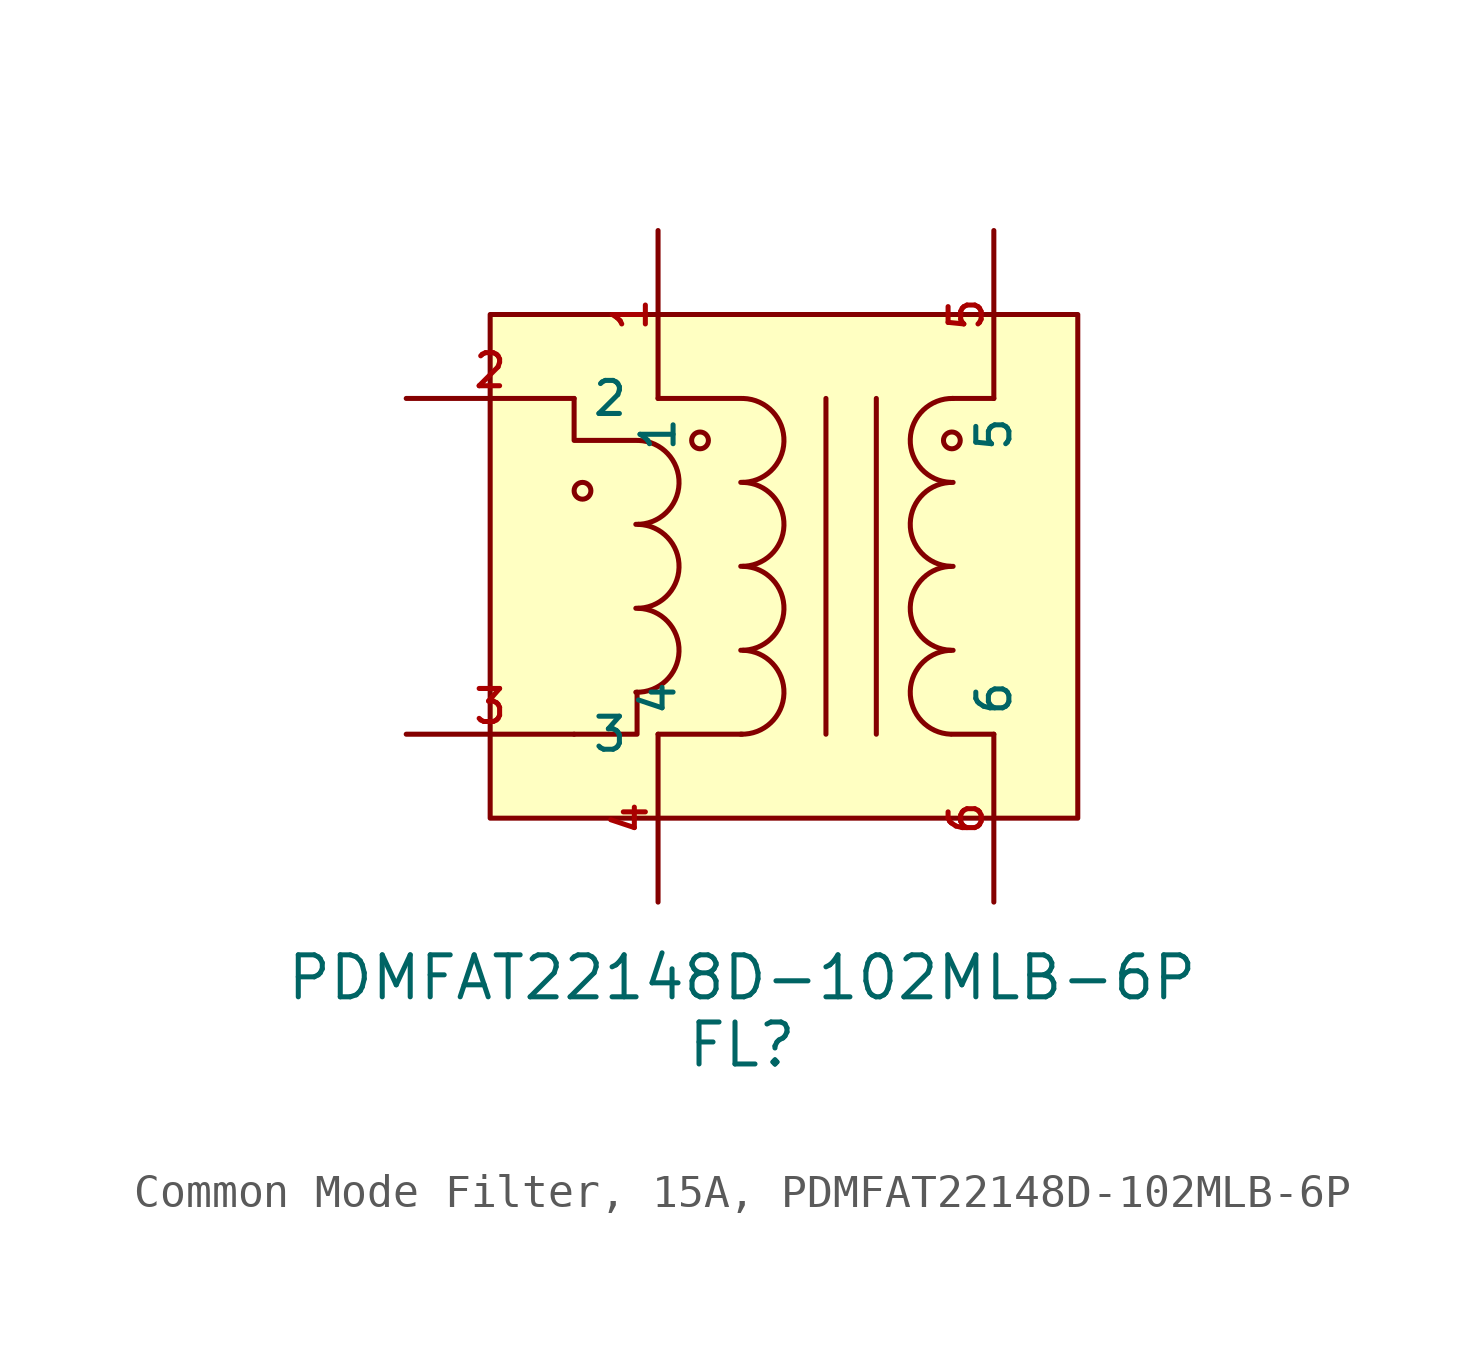
<source format=kicad_sym>
(kicad_symbol_lib
  (version 20231120)
  (generator "CDFER_Archive_Tool")
  (generator_version "0.0")
  (symbol "Common Mode Filter, 15A, PDMFAT22148D-102MLB-6P"
    (property "Reference" "FL"
      (at 0 -14.478 0)
      (effects (font (size 1.27 1.27))))
    (property "Value" "PDMFAT22148D-102MLB-6P"
      (at 0 -12.446 0)
      (effects (font (size 1.27 1.27))))
    (symbol "Common Mode Filter, 15A, PDMFAT22148D-102MLB-6P_0_1"
      (circle (center -4.826 2.286) (radius 0.254) (stroke (width 0) (type default)) (fill (type background)))
      (arc (start -3.2125 -3.8095) (mid -1.9055 -2.5775) (end -3.1375 -1.2706) (stroke (width 0) (type default)) (fill (type none)))
      (arc (start -3.2125 -1.2694) (mid -1.9056 -0.0375) (end -3.1375 1.2695) (stroke (width 0) (type default)) (fill (type none)))
      (arc (start -3.2125 1.2706) (mid -1.9056 2.5025) (end -3.1375 3.8095) (stroke (width 0) (type default)) (fill (type none)))
      (circle (center -1.27 3.81) (radius 0.254) (stroke (width 0) (type default)) (fill (type background)))
      (arc (start -0.0375 -5.0795) (mid 1.2695 -3.8475) (end 0.0375 -2.5406) (stroke (width 0) (type default)) (fill (type none)))
      (arc (start -0.0375 -2.5395) (mid 1.2695 -1.3075) (end 0.0375 -0.0006) (stroke (width 0) (type default)) (fill (type none)))
      (arc (start -0.0375 0.0005) (mid 1.2695 1.2325) (end 0.0375 2.5394) (stroke (width 0) (type default)) (fill (type none)))
      (arc (start -0.0375 2.5405) (mid 1.2695 3.7725) (end 0.0375 5.0794) (stroke (width 0) (type default)) (fill (type none)))
      (polyline (pts (xy -2.54 -5.08) (xy 0 -5.08)) (stroke (width 0) (type default)) (fill (type none)))
      (polyline (pts (xy -2.54 5.08) (xy 0 5.08)) (stroke (width 0) (type default)) (fill (type none)))
      (polyline (pts (xy 2.54 5.08) (xy 2.54 -5.08)) (stroke (width 0) (type default)) (fill (type none)))
      (polyline (pts (xy 4.064 5.08) (xy 4.064 -5.08)) (stroke (width 0) (type default)) (fill (type none)))
      (polyline (pts (xy 7.62 -5.08) (xy 6.35 -5.08)) (stroke (width 0) (type default)) (fill (type none)))
      (polyline (pts (xy 7.62 5.08) (xy 6.35 5.08)) (stroke (width 0) (type default)) (fill (type none)))
      (polyline (pts (xy -5.08 -5.08) (xy -3.175 -5.08) (xy -3.175 -3.81)) (stroke (width 0) (type default)) (fill (type none)))
      (polyline (pts (xy -5.08 5.08) (xy -5.08 3.81) (xy -3.175 3.81)) (stroke (width 0) (type default)) (fill (type none)))
      (circle (center 6.35 3.81) (radius 0.254) (stroke (width 0) (type default)) (fill (type background)))
      (arc (start 6.3875 -2.5405) (mid 5.0805 -3.7725) (end 6.3125 -5.0794) (stroke (width 0) (type default)) (fill (type none)))
      (arc (start 6.3875 -0.0005) (mid 5.0805 -1.2325) (end 6.3125 -2.5394) (stroke (width 0) (type default)) (fill (type none)))
      (arc (start 6.3875 2.5395) (mid 5.0805 1.3075) (end 6.3125 0.0006) (stroke (width 0) (type default)) (fill (type none)))
      (arc (start 6.3875 5.0795) (mid 5.0805 3.8475) (end 6.3125 2.5406) (stroke (width 0) (type default)) (fill (type none)))
      (pin unspecified line (at -2.54 10.16 270) (length 5.08) (name "1" (effects (font (size 1 1)))) (number "1" (effects (font (size 1 1)))))
      (pin unspecified line (at -10.16 5.08 0) (length 5.08) (name "2" (effects (font (size 1 1)))) (number "2" (effects (font (size 1 1)))))
      (pin unspecified line (at -10.16 -5.08 0) (length 5.08) (name "3" (effects (font (size 1 1)))) (number "3" (effects (font (size 1 1)))))
      (pin unspecified line (at -2.54 -10.16 90) (length 5.08) (name "4" (effects (font (size 1 1)))) (number "4" (effects (font (size 1 1)))))
      (pin unspecified line (at 7.62 10.16 270) (length 5.08) (name "5" (effects (font (size 1 1)))) (number "5" (effects (font (size 1 1)))))
      (pin unspecified line (at 7.62 -10.16 90) (length 5.08) (name "6" (effects (font (size 1 1)))) (number "6" (effects (font (size 1 1))))))
    (symbol "Common Mode Filter, 15A, PDMFAT22148D-102MLB-6P_1_1"
      (rectangle (start -7.62 7.62) (end 10.16 -7.62) (stroke (width 0) (type default)) (fill (type background))))))
</source>
